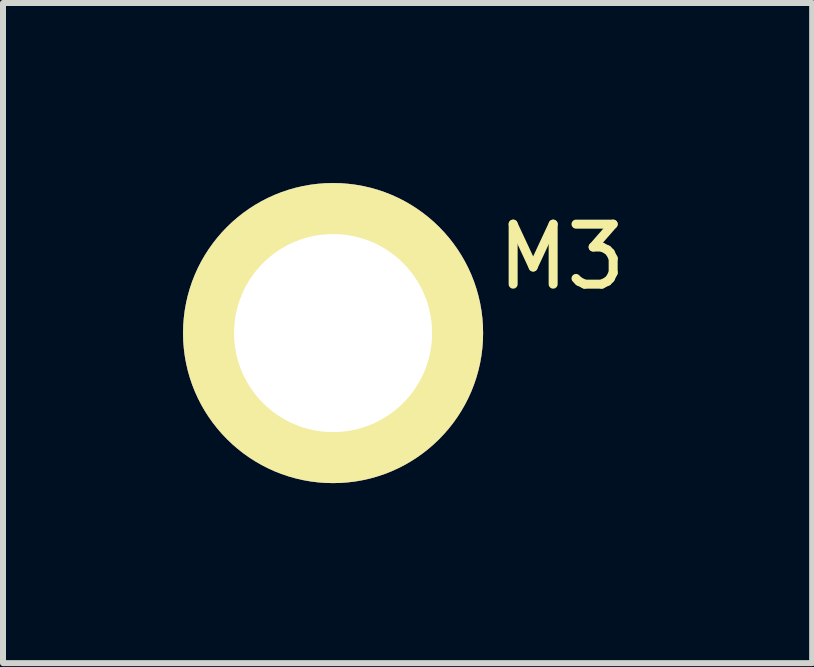
<source format=kicad_pcb>
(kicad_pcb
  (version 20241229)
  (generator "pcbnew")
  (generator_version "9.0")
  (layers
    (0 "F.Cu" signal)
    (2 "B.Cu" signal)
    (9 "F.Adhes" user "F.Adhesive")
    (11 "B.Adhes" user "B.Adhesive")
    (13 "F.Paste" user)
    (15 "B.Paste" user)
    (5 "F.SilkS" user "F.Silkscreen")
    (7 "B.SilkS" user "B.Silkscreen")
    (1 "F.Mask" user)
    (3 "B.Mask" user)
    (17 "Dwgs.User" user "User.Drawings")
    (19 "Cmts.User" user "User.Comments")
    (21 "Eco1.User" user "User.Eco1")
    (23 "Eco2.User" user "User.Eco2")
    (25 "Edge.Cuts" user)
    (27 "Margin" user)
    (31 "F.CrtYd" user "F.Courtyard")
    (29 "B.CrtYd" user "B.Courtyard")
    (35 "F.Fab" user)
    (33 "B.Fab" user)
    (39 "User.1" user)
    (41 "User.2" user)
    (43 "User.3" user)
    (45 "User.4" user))
  (footprint "M3"
    (layer "F.Cu")
    (at 2.5 2.5)
    (property "Reference" "M3" (at 3.81 -1.27 0) (layer "F.SilkS") (effects (font (size 1 1) (thickness 0.15))))
    (attr through_hole)
    (pad "" thru_hole circle (at 0 0) (size 5 5) (drill 3.3) (layers "*.Cu" "*.Mask" "F.SilkS")))
  (gr_rect
    (start -3 -3)
    (end 10.483 8)
    (stroke (width 0.1) (type default))
    (fill no)
    (layer "Edge.Cuts")))
</source>
